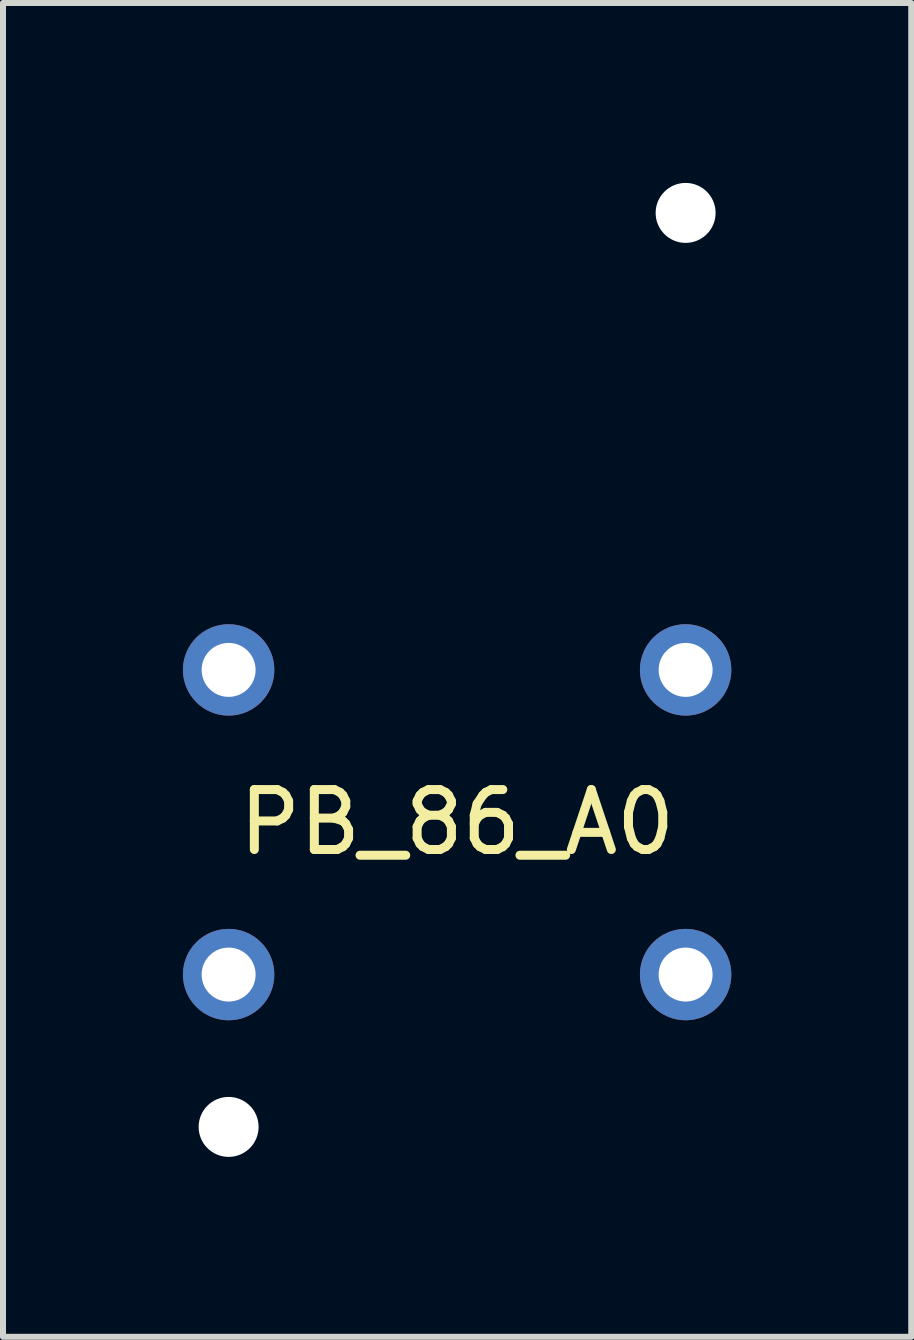
<source format=kicad_pcb>
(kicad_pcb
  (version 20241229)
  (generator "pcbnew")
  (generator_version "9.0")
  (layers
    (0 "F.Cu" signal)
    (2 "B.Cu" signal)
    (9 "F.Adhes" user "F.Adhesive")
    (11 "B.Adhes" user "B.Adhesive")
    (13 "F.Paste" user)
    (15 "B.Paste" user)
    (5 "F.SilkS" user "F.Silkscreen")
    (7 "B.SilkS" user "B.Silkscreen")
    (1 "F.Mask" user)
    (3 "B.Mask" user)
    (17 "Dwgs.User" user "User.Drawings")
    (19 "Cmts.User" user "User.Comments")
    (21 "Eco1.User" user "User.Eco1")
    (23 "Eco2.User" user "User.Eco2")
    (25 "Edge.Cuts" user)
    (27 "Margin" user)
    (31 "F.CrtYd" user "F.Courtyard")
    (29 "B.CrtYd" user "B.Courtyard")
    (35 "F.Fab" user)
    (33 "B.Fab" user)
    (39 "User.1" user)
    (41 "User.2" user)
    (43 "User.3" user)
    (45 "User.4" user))
  (footprint "PB_86_A0"
    (layer "F.Cu")
    (at 4.572 8.12)
    (property "Reference" "PB_86_A0" (at 0 2.54 0) (layer "F.SilkS") (effects (font (size 1 1) (thickness 0.15))))
    (attr through_hole)
    (pad "" np_thru_hole circle (at -3.81 7.62) (size 1 1) (drill 1) (layers "*.Cu" "*.Mask"))
    (pad "" np_thru_hole circle (at 3.81 -7.62) (size 1 1) (drill 1) (layers "*.Cu" "*.Mask"))
    (pad "1" thru_hole circle (at -3.81 0) (size 1.524 1.524) (drill 0.9) (layers "*.Cu" "*.Mask"))
    (pad "2" thru_hole circle (at -3.81 5.08) (size 1.524 1.524) (drill 0.9) (layers "*.Cu" "*.Mask"))
    (pad "3" thru_hole circle (at 3.81 0) (size 1.524 1.524) (drill 0.9) (layers "*.Cu" "*.Mask"))
    (pad "4" thru_hole circle (at 3.81 5.08) (size 1.524 1.524) (drill 0.9) (layers "*.Cu" "*.Mask")))
  (gr_rect
    (start -3 -3)
    (end 12.144 19.24)
    (stroke (width 0.1) (type default))
    (fill no)
    (layer "Edge.Cuts")))
</source>
